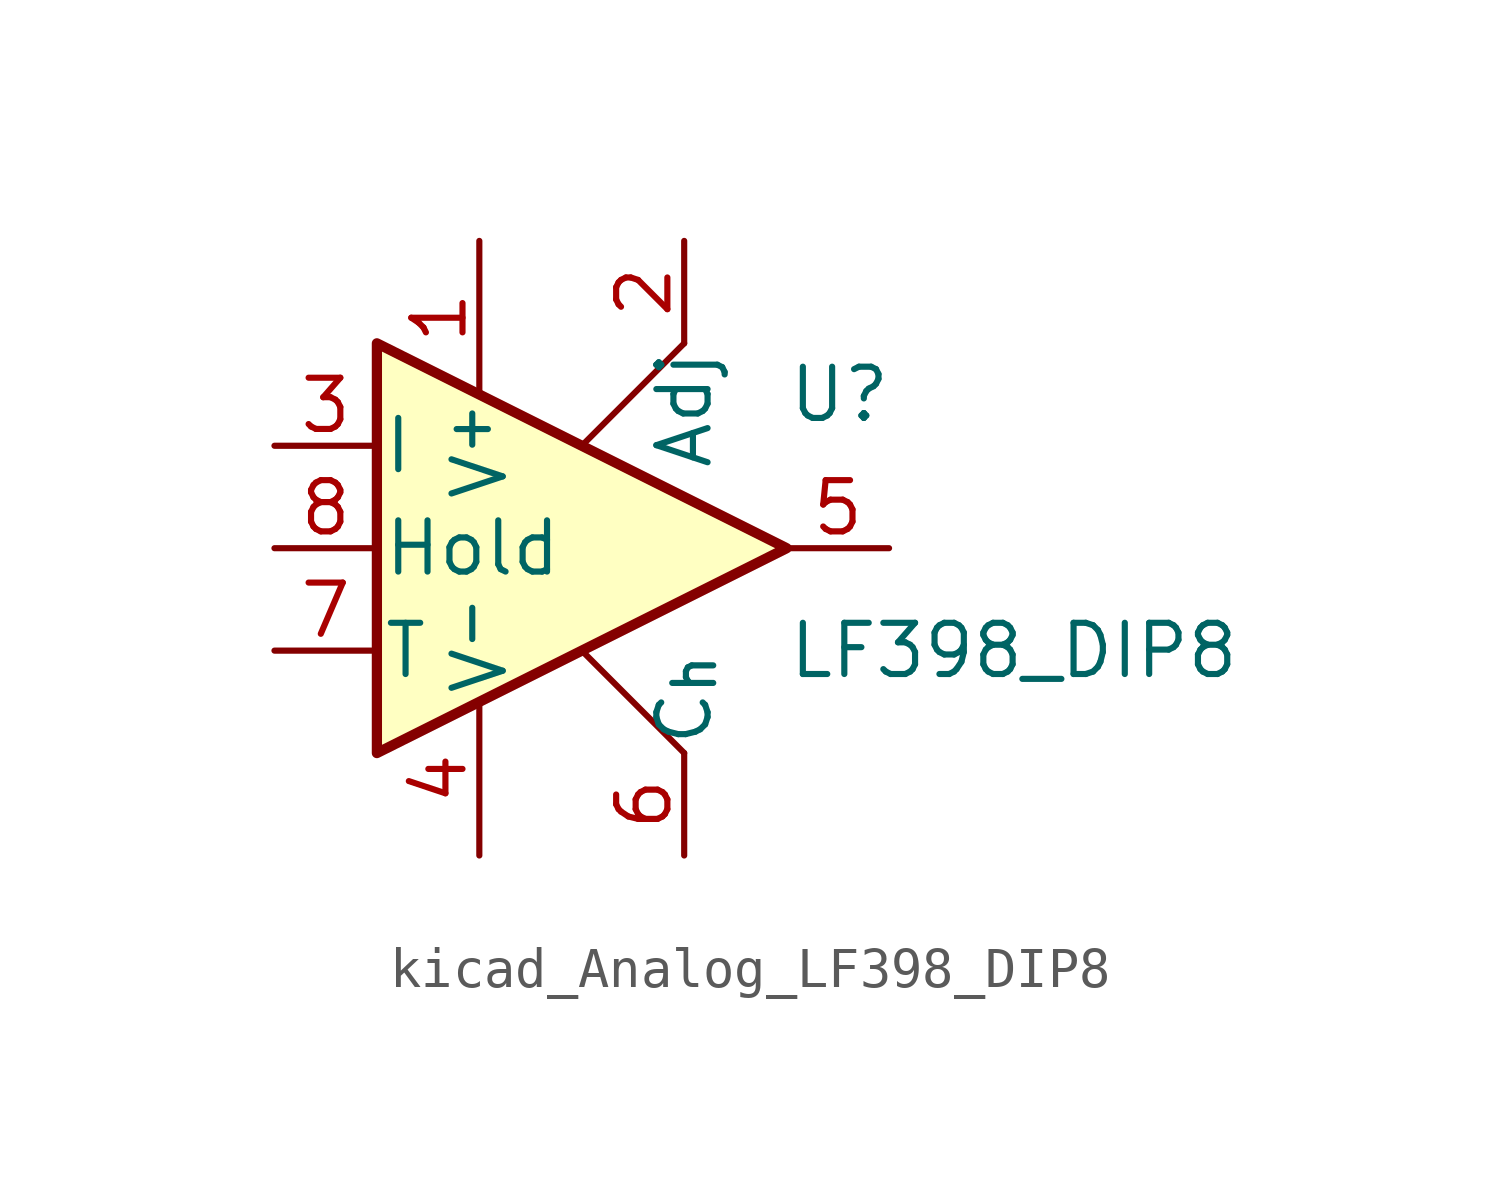
<source format=kicad_sym>
(kicad_symbol_lib
  (version 20220914)
  (generator kicad_symbol_editor)
  (symbol "kicad_Analog_LF398_DIP8"
    (pin_names
      (offset 0.127))
    (property "Reference" "U"
      (at 5.08 3.81 0)
      (effects (font (size 1.27 1.27)) (justify left)))
    (property "Value" "LF398_DIP8"
      (at 5.08 -2.54 0)
      (effects (font (size 1.27 1.27)) (justify left)))
    (symbol "kicad_Analog_LF398_DIP8_0_1"
      (polyline (pts (xy 0 -2.54) (xy 2.54 -5.08)) (stroke (width 0) (type default)) (fill (type none)))
      (polyline (pts (xy 2.54 5.08) (xy 0 2.54)) (stroke (width 0) (type default)) (fill (type none)))
      (polyline (pts (xy -5.08 5.08) (xy 5.08 0) (xy -5.08 -5.08) (xy -5.08 5.08)) (stroke (width 0.254) (type default)) (fill (type background))))
    (symbol "kicad_Analog_LF398_DIP8_1_1"
      (pin passive line (at -2.54 7.62 270) (length 3.81) (name "V^{+}" (effects (font (size 1.27 1.27)))) (number "1" (effects (font (size 1.27 1.27)))))
      (pin passive line (at 2.54 7.62 270) (length 2.54) (name "Adj" (effects (font (size 1.27 1.27)))) (number "2" (effects (font (size 1.27 1.27)))))
      (pin input line (at -7.62 2.54 0) (length 2.54) (name "I" (effects (font (size 1.27 1.27)))) (number "3" (effects (font (size 1.27 1.27)))))
      (pin passive line (at -2.54 -7.62 90) (length 3.81) (name "V^{-}" (effects (font (size 1.27 1.27)))) (number "4" (effects (font (size 1.27 1.27)))))
      (pin output line (at 7.62 0 180) (length 2.54) (name "~" (effects (font (size 1.27 1.27)))) (number "5" (effects (font (size 1.27 1.27)))))
      (pin passive line (at 2.54 -7.62 90) (length 2.54) (name "C_{h}" (effects (font (size 1.27 1.27)))) (number "6" (effects (font (size 1.27 1.27)))))
      (pin passive line (at -7.62 -2.54 0) (length 2.54) (name "T" (effects (font (size 1.27 1.27)))) (number "7" (effects (font (size 1.27 1.27)))))
      (pin input line (at -7.62 0 0) (length 2.54) (name "Hold" (effects (font (size 1.27 1.27)))) (number "8" (effects (font (size 1.27 1.27))))))))
</source>
